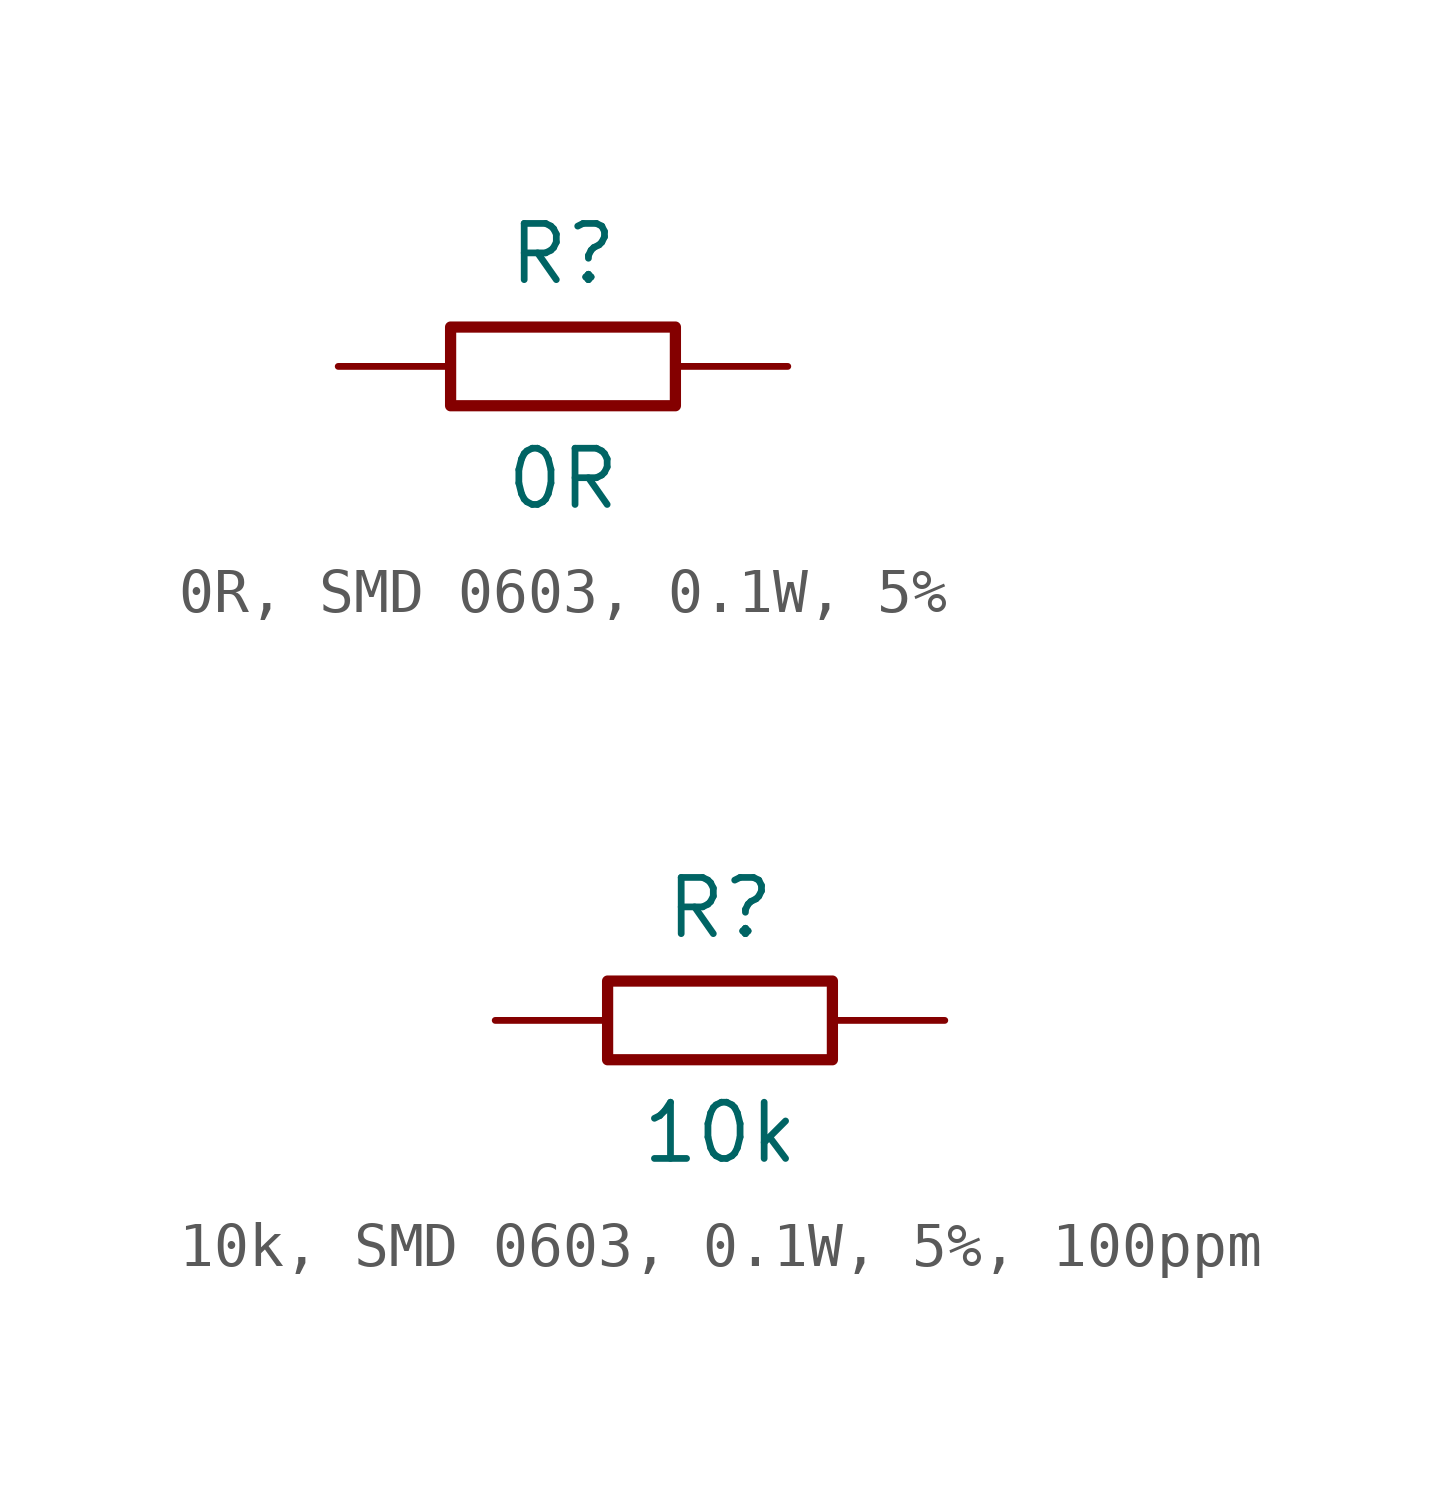
<source format=kicad_sym>
(kicad_symbol_lib
  (version 20241209)
  (generator "kicad_symbol_editor")
  (generator_version "9.0")
  (symbol "0R, SMD 0603, 0.1W, 5%"
    (pin_numbers
      (hide yes))
    (pin_names
      (offset 0)
      (hide yes))
    (property "Reference" "R"
      (at 0 2.54 0)
      (effects (font (size 1.27 1.27))))
    (property "Value" "0R"
      (at 0 -2.54 0)
      (effects (font (size 1.27 1.27))))
    (symbol "0R, SMD 0603, 0.1W, 5%_0_1"
      (rectangle (start -2.54 0.889) (end 2.54 -0.889) (stroke (width 0.254) (type default)) (fill (type none))))
    (symbol "0R, SMD 0603, 0.1W, 5%_1_1"
      (pin passive line (at -5.08 0 0) (length 2.54) (name "1" (effects (font (size 1.27 1.27)))) (number "1" (effects (font (size 1.27 1.27)))))
      (pin passive line (at 5.08 0 180) (length 2.54) (name "2" (effects (font (size 1.27 1.27)))) (number "2" (effects (font (size 1.27 1.27)))))))
  (symbol "10k, SMD 0603, 0.1W, 5%, 100ppm"
    (pin_numbers
      (hide yes))
    (pin_names
      (offset 0)
      (hide yes))
    (property "Reference" "R"
      (at 0 2.54 0)
      (effects (font (size 1.27 1.27))))
    (property "Value" "10k"
      (at 0 -2.54 0)
      (effects (font (size 1.27 1.27))))
    (symbol "10k, SMD 0603, 0.1W, 5%, 100ppm_0_1"
      (rectangle (start -2.54 0.889) (end 2.54 -0.889) (stroke (width 0.254) (type default)) (fill (type none))))
    (symbol "10k, SMD 0603, 0.1W, 5%, 100ppm_1_1"
      (pin passive line (at -5.08 0 0) (length 2.54) (name "1" (effects (font (size 1.27 1.27)))) (number "1" (effects (font (size 1.27 1.27)))))
      (pin passive line (at 5.08 0 180) (length 2.54) (name "2" (effects (font (size 1.27 1.27)))) (number "2" (effects (font (size 1.27 1.27))))))))
</source>
